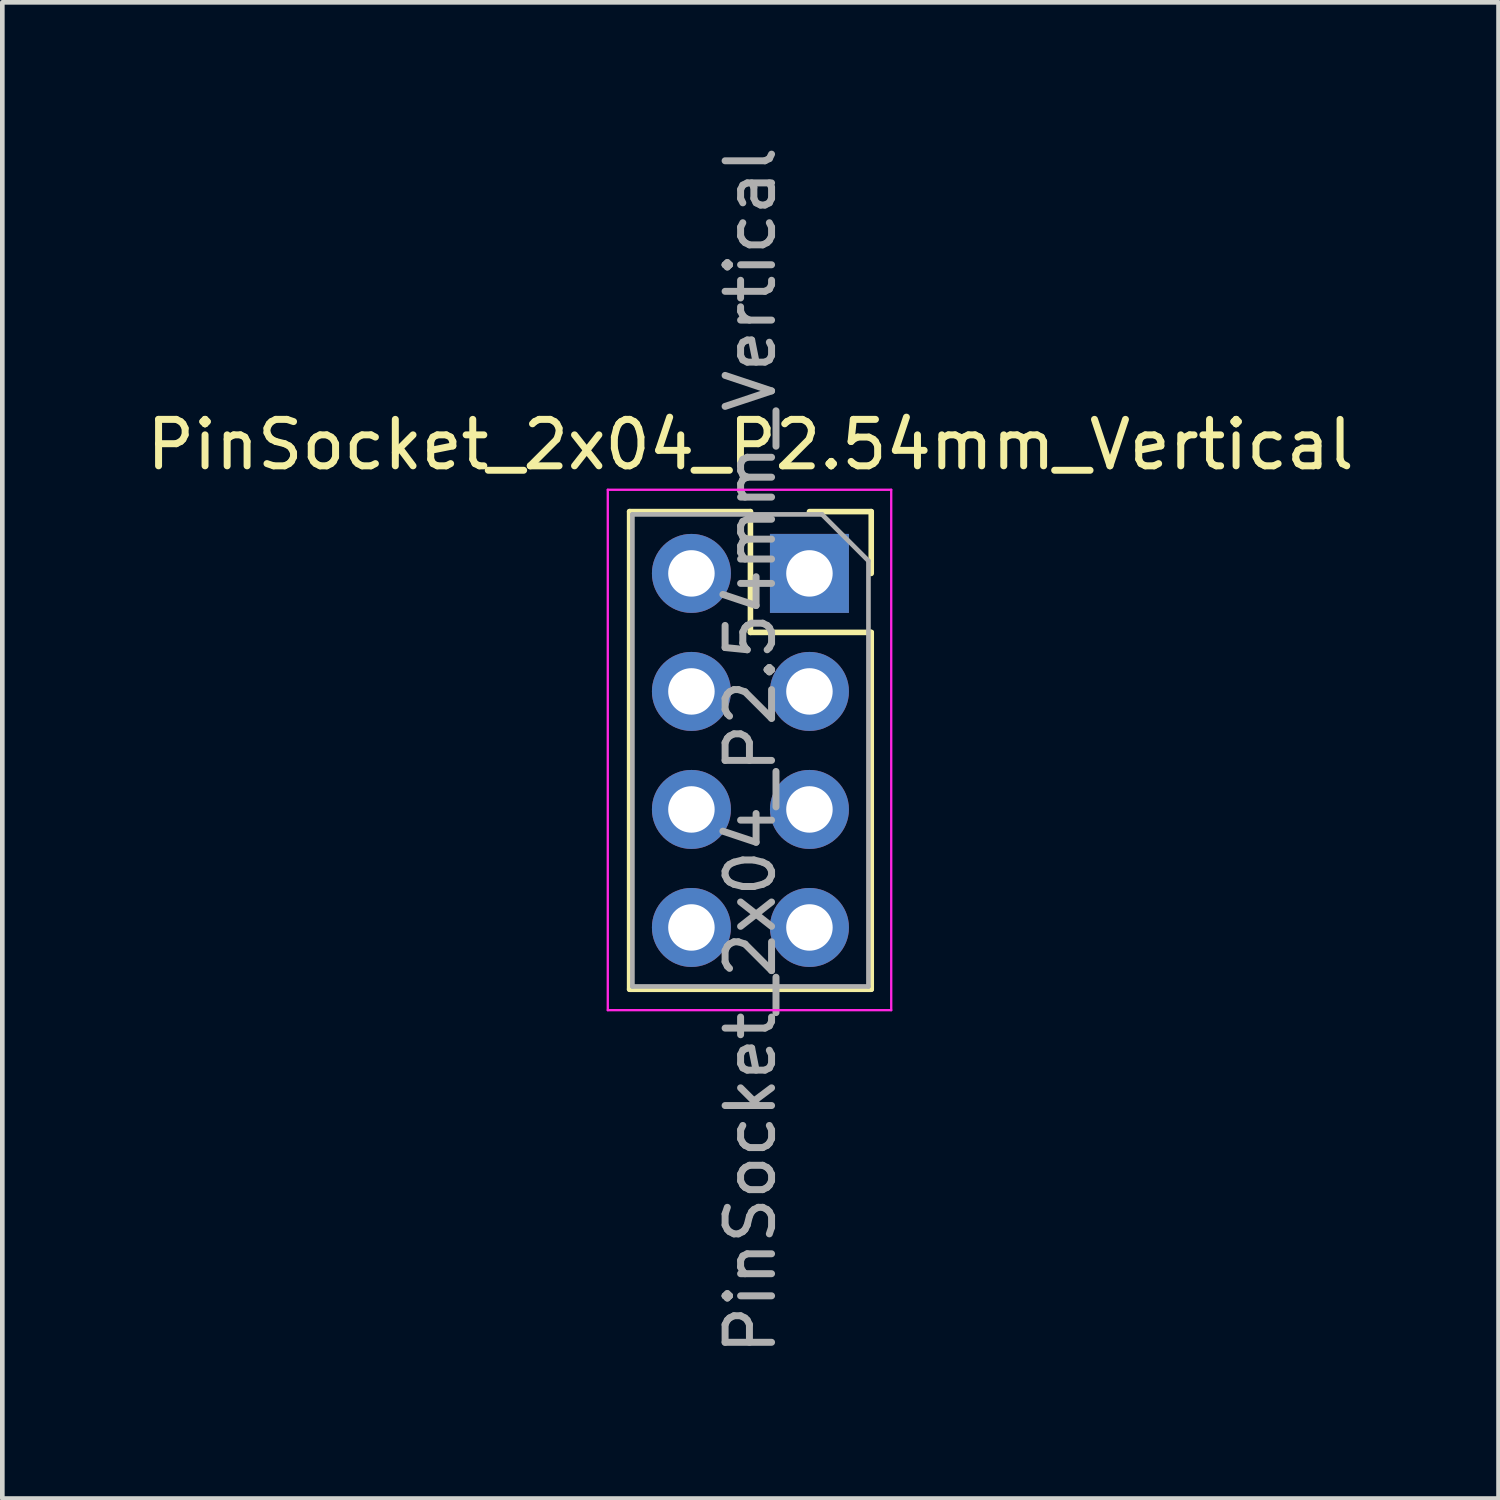
<source format=kicad_pcb>
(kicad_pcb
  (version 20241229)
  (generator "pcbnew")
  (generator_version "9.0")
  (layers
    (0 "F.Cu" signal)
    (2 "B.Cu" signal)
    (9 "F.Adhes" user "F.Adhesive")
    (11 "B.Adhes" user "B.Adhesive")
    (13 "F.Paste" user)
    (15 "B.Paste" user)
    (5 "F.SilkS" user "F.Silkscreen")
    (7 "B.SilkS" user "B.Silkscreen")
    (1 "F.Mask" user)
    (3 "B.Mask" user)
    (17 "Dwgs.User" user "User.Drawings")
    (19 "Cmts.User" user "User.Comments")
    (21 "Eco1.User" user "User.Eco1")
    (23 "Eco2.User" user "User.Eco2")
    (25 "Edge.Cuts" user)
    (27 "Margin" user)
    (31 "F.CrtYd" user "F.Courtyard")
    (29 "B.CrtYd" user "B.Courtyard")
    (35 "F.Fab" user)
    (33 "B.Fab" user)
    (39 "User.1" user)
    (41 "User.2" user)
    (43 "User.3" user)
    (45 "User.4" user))
  (footprint "PinSocket_2x04_P2.54mm_Vertical"
    (layer "F.Cu")
    (at 14.371 9.291)
    (property "Reference" "PinSocket_2x04_P2.54mm_Vertical" (at -1.27 -2.77 0) (layer "F.SilkS") (effects (font (size 1 1) (thickness 0.15))))
    (attr through_hole)
    (fp_line (start -3.87 -1.33) (end -3.87 8.95) (stroke (width 0.12) (type solid)) (layer "F.SilkS"))
    (fp_line (start -3.87 -1.33) (end -1.27 -1.33) (stroke (width 0.12) (type solid)) (layer "F.SilkS"))
    (fp_line (start -3.87 8.95) (end 1.33 8.95) (stroke (width 0.12) (type solid)) (layer "F.SilkS"))
    (fp_line (start -1.27 -1.33) (end -1.27 1.27) (stroke (width 0.12) (type solid)) (layer "F.SilkS"))
    (fp_line (start -1.27 1.27) (end 1.33 1.27) (stroke (width 0.12) (type solid)) (layer "F.SilkS"))
    (fp_line (start 0 -1.33) (end 1.33 -1.33) (stroke (width 0.12) (type solid)) (layer "F.SilkS"))
    (fp_line (start 1.33 -1.33) (end 1.33 0) (stroke (width 0.12) (type solid)) (layer "F.SilkS"))
    (fp_line (start 1.33 1.27) (end 1.33 8.95) (stroke (width 0.12) (type solid)) (layer "F.SilkS"))
    (fp_line (start -4.34 -1.8) (end 1.76 -1.8) (stroke (width 0.05) (type solid)) (layer "F.CrtYd"))
    (fp_line (start -4.34 9.4) (end -4.34 -1.8) (stroke (width 0.05) (type solid)) (layer "F.CrtYd"))
    (fp_line (start 1.76 -1.8) (end 1.76 9.4) (stroke (width 0.05) (type solid)) (layer "F.CrtYd"))
    (fp_line (start 1.76 9.4) (end -4.34 9.4) (stroke (width 0.05) (type solid)) (layer "F.CrtYd"))
    (fp_line (start -3.81 -1.27) (end 0.27 -1.27) (stroke (width 0.1) (type solid)) (layer "F.Fab"))
    (fp_line (start -3.81 8.89) (end -3.81 -1.27) (stroke (width 0.1) (type solid)) (layer "F.Fab"))
    (fp_line (start 0.27 -1.27) (end 1.27 -0.27) (stroke (width 0.1) (type solid)) (layer "F.Fab"))
    (fp_line (start 1.27 -0.27) (end 1.27 8.89) (stroke (width 0.1) (type solid)) (layer "F.Fab"))
    (fp_line (start 1.27 8.89) (end -3.81 8.89) (stroke (width 0.1) (type solid)) (layer "F.Fab"))
    (fp_text user "${REFERENCE}" (at -1.27 3.81 90) (layer "F.Fab") (effects (font (size 1 1) (thickness 0.15))))
    (pad "1" thru_hole rect (at 0 0) (size 1.7 1.7) (drill 1) (layers "*.Cu" "*.Mask"))
    (pad "2" thru_hole oval (at -2.54 0) (size 1.7 1.7) (drill 1) (layers "*.Cu" "*.Mask"))
    (pad "3" thru_hole oval (at 0 2.54) (size 1.7 1.7) (drill 1) (layers "*.Cu" "*.Mask"))
    (pad "4" thru_hole oval (at -2.54 2.54) (size 1.7 1.7) (drill 1) (layers "*.Cu" "*.Mask"))
    (pad "5" thru_hole oval (at 0 5.08) (size 1.7 1.7) (drill 1) (layers "*.Cu" "*.Mask"))
    (pad "6" thru_hole oval (at -2.54 5.08) (size 1.7 1.7) (drill 1) (layers "*.Cu" "*.Mask"))
    (pad "7" thru_hole oval (at 0 7.62) (size 1.7 1.7) (drill 1) (layers "*.Cu" "*.Mask"))
    (pad "8" thru_hole oval (at -2.54 7.62) (size 1.7 1.7) (drill 1) (layers "*.Cu" "*.Mask")))
  (gr_rect
    (start -3 -3)
    (end 29.202 29.202)
    (stroke (width 0.1) (type default))
    (fill no)
    (layer "Edge.Cuts")))
</source>
